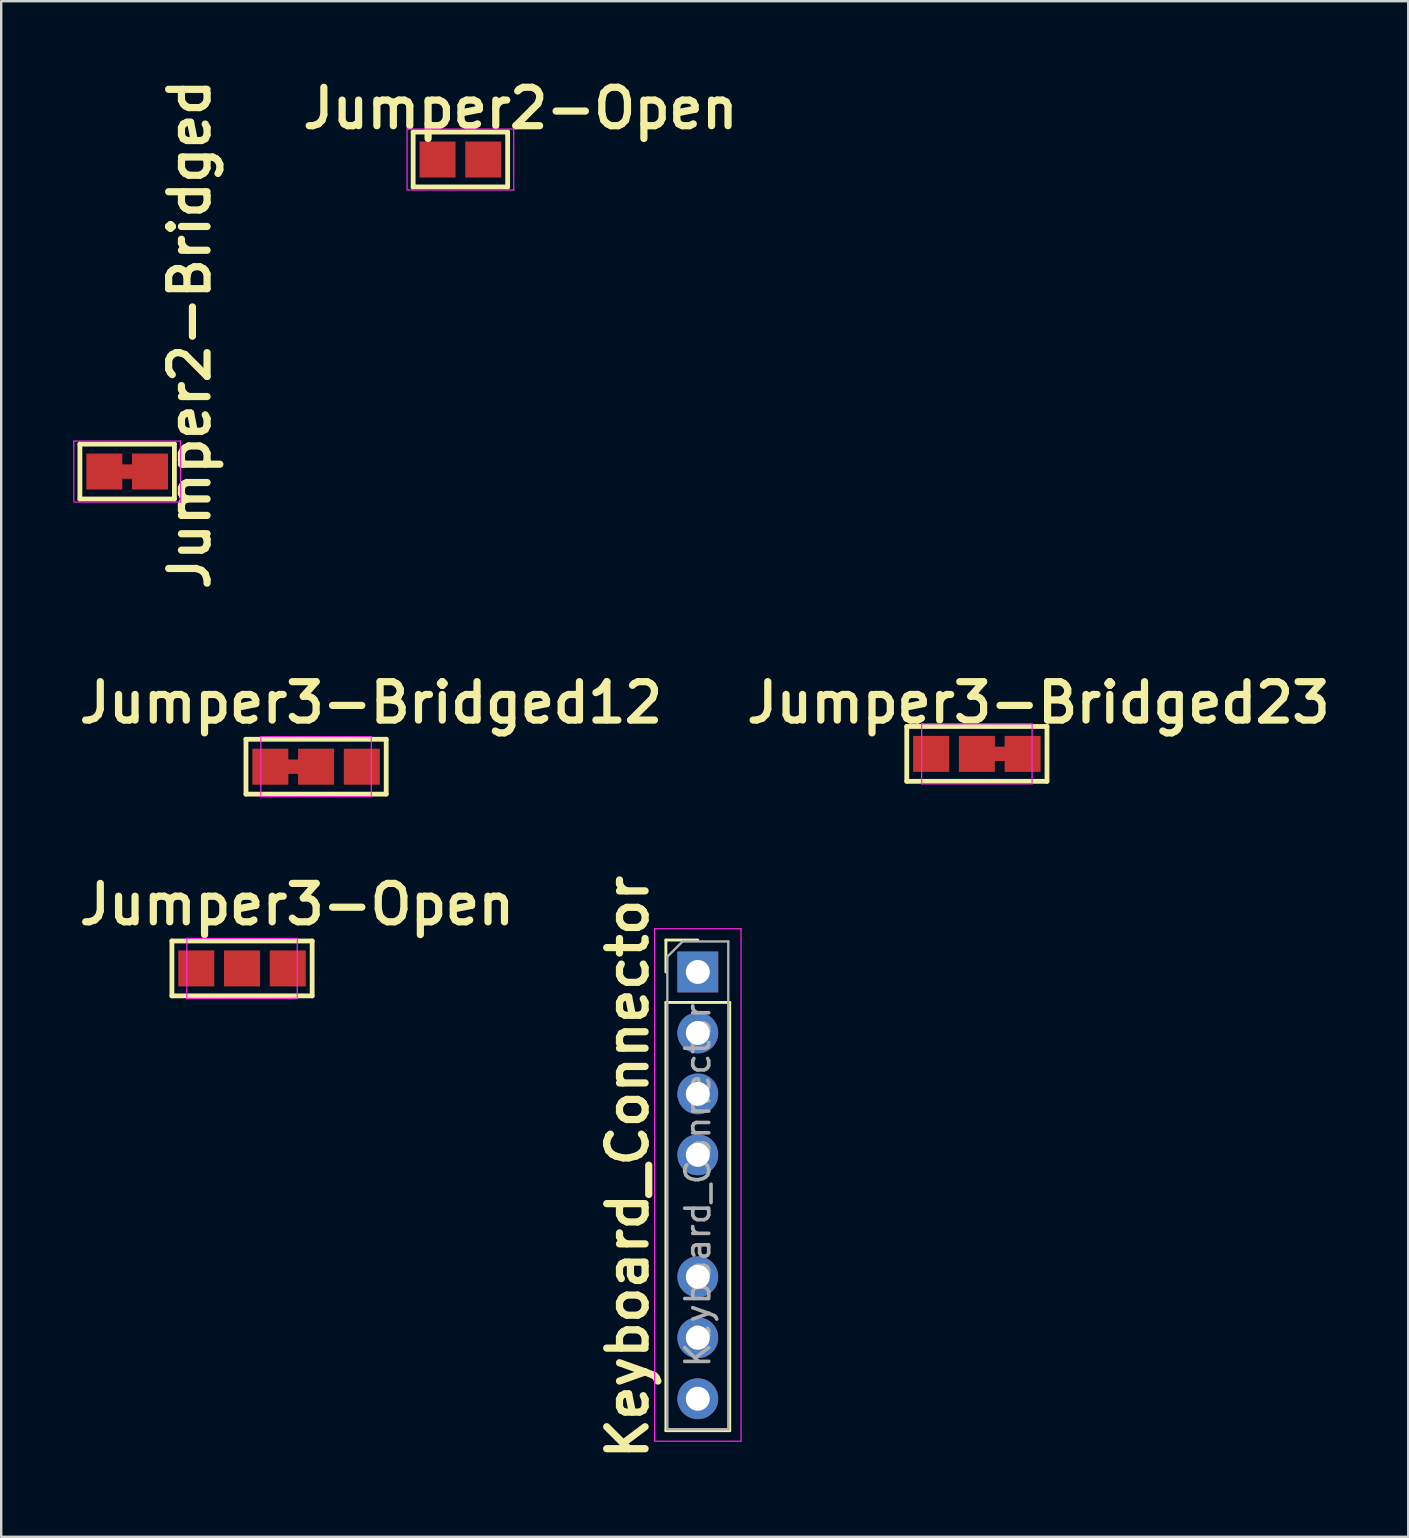
<source format=kicad_pcb>
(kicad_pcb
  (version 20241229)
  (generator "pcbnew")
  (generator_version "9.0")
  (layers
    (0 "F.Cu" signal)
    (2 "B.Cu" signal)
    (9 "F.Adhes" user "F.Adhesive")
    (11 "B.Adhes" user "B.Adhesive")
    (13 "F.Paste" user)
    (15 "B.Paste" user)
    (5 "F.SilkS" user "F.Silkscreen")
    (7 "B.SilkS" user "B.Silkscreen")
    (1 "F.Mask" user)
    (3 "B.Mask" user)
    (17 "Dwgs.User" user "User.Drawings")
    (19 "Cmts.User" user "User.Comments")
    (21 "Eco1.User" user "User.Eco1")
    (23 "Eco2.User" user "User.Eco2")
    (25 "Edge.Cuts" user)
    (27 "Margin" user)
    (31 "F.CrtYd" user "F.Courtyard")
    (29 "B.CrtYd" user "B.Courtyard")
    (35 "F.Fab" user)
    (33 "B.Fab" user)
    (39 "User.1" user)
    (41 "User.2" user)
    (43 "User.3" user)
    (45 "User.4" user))
  (footprint "Keyboard_Connector"
    (layer "F.Cu")
    (at 26.021 37.442)
    (property "Reference" "Keyboard_Connector" (at -2.921 8.128 270) (layer "F.SilkS") (effects (font (size 1.6 1.6) (thickness 0.3))))
    (attr through_hole)
    (fp_line (start -1.33 -1.33) (end 0 -1.33) (stroke (width 0.12) (type solid)) (layer "F.SilkS"))
    (fp_line (start -1.33 0) (end -1.33 -1.33) (stroke (width 0.12) (type solid)) (layer "F.SilkS"))
    (fp_line (start -1.33 1.27) (end -1.33 19.11) (stroke (width 0.12) (type solid)) (layer "F.SilkS"))
    (fp_line (start -1.33 1.27) (end 1.33 1.27) (stroke (width 0.12) (type solid)) (layer "F.SilkS"))
    (fp_line (start -1.33 19.11) (end 1.33 19.11) (stroke (width 0.12) (type solid)) (layer "F.SilkS"))
    (fp_line (start 1.33 1.27) (end 1.33 19.11) (stroke (width 0.12) (type solid)) (layer "F.SilkS"))
    (fp_line (start -1.8 -1.8) (end -1.8 19.55) (stroke (width 0.05) (type solid)) (layer "F.CrtYd"))
    (fp_line (start -1.8 19.55) (end 1.8 19.55) (stroke (width 0.05) (type solid)) (layer "F.CrtYd"))
    (fp_line (start 1.8 -1.8) (end -1.8 -1.8) (stroke (width 0.05) (type solid)) (layer "F.CrtYd"))
    (fp_line (start 1.8 19.55) (end 1.8 -1.8) (stroke (width 0.05) (type solid)) (layer "F.CrtYd"))
    (fp_line (start -1.27 -0.635) (end -0.635 -1.27) (stroke (width 0.1) (type solid)) (layer "F.Fab"))
    (fp_line (start -1.27 19.05) (end -1.27 -0.635) (stroke (width 0.1) (type solid)) (layer "F.Fab"))
    (fp_line (start -0.635 -1.27) (end 1.27 -1.27) (stroke (width 0.1) (type solid)) (layer "F.Fab"))
    (fp_line (start 1.27 -1.27) (end 1.27 19.05) (stroke (width 0.1) (type solid)) (layer "F.Fab"))
    (fp_line (start 1.27 19.05) (end -1.27 19.05) (stroke (width 0.1) (type solid)) (layer "F.Fab"))
    (fp_text user "${REFERENCE}" (at 0 8.89 270) (layer "F.Fab") (effects (font (size 1 1) (thickness 0.15))))
    (pad "1" thru_hole rect (at 0 0) (size 1.7 1.7) (drill 1) (layers "*.Cu" "*.Mask"))
    (pad "2" thru_hole oval (at 0 2.54) (size 1.7 1.7) (drill 1) (layers "*.Cu" "*.Mask"))
    (pad "3" thru_hole oval (at 0 5.08) (size 1.7 1.7) (drill 1) (layers "*.Cu" "*.Mask"))
    (pad "4" thru_hole oval (at 0 7.62) (size 1.7 1.7) (drill 1) (layers "*.Cu" "*.Mask"))
    (pad "6" thru_hole oval (at 0 12.7) (size 1.7 1.7) (drill 1) (layers "*.Cu" "*.Mask"))
    (pad "7" thru_hole oval (at 0 15.24) (size 1.7 1.7) (drill 1) (layers "*.Cu" "*.Mask"))
    (pad "8" thru_hole oval (at 0 17.78) (size 1.7 1.7) (drill 1) (layers "*.Cu" "*.Mask")))
  (footprint "Jumper3-Bridged23"
    (layer "F.Cu")
    (at 37.647 28.357)
    (property "Reference" "Jumper3-Bridged23" (at 2.565 -2.134 0) (layer "F.SilkS") (effects (font (size 1.6 1.6) (thickness 0.3))))
    (attr exclude_from_pos_files exclude_from_bom)
    (fp_line (start -2.921 -1.143) (end 2.921 -1.143) (stroke (width 0.2) (type solid)) (layer "F.SilkS"))
    (fp_line (start -2.921 1.143) (end -2.921 -1.143) (stroke (width 0.2) (type solid)) (layer "F.SilkS"))
    (fp_line (start 2.921 -1.143) (end 2.921 1.143) (stroke (width 0.2) (type solid)) (layer "F.SilkS"))
    (fp_line (start 2.921 1.143) (end -2.921 1.143) (stroke (width 0.2) (type solid)) (layer "F.SilkS"))
    (fp_line (start -2.3 -1.25) (end -2.3 1.25) (stroke (width 0.05) (type solid)) (layer "F.CrtYd"))
    (fp_line (start -2.3 -1.25) (end 2.3 -1.25) (stroke (width 0.05) (type solid)) (layer "F.CrtYd"))
    (fp_line (start 2.3 1.25) (end -2.3 1.25) (stroke (width 0.05) (type solid)) (layer "F.CrtYd"))
    (fp_line (start 2.3 1.25) (end 2.3 -1.25) (stroke (width 0.05) (type solid)) (layer "F.CrtYd"))
    (pad "1" smd rect (at -1.905 0) (size 1.5 1.5) (layers "F.Cu" "F.Mask"))
    (pad "2" smd rect (at 0 0) (size 1.5 1.5) (layers "F.Cu" "F.Mask"))
    (pad "3" smd custom (at 1.905 0) (size 1.5 1.5) (layers "F.Cu" "F.Mask") (options (anchor rect)) (primitives (gr_poly (pts (xy -1.651 -0.3) (xy -0.273 -0.3) (xy -0.273 0.3) (xy -1.651 0.3)) (width 0) (fill yes)))))
  (footprint "Jumper3-Bridged12"
    (layer "F.Cu")
    (at 10.118 28.89)
    (property "Reference" "Jumper3-Bridged12" (at 2.286 -2.667 0) (layer "F.SilkS") (effects (font (size 1.6 1.6) (thickness 0.3))))
    (attr exclude_from_pos_files exclude_from_bom)
    (fp_line (start -2.921 -1.143) (end 2.921 -1.143) (stroke (width 0.2) (type solid)) (layer "F.SilkS"))
    (fp_line (start -2.921 1.143) (end -2.921 -1.143) (stroke (width 0.2) (type solid)) (layer "F.SilkS"))
    (fp_line (start 2.921 -1.143) (end 2.921 1.143) (stroke (width 0.2) (type solid)) (layer "F.SilkS"))
    (fp_line (start 2.921 1.143) (end -2.921 1.143) (stroke (width 0.2) (type solid)) (layer "F.SilkS"))
    (fp_line (start -2.3 -1.25) (end -2.3 1.25) (stroke (width 0.05) (type solid)) (layer "F.CrtYd"))
    (fp_line (start -2.3 -1.25) (end 2.3 -1.25) (stroke (width 0.05) (type solid)) (layer "F.CrtYd"))
    (fp_line (start 2.3 1.25) (end -2.3 1.25) (stroke (width 0.05) (type solid)) (layer "F.CrtYd"))
    (fp_line (start 2.3 1.25) (end 2.3 -1.25) (stroke (width 0.05) (type solid)) (layer "F.CrtYd"))
    (pad "1" smd custom (at -1.905 0) (size 1.5 1.5) (layers "F.Cu" "F.Mask") (options (anchor rect)) (primitives (gr_poly (pts (xy 0.4 -0.3) (xy 1.397 -0.3) (xy 1.397 0.3) (xy 0.4 0.3)) (width 0) (fill yes))))
    (pad "2" smd rect (at 0 0) (size 1.5 1.5) (layers "F.Cu" "F.Mask"))
    (pad "3" smd rect (at 1.905 0) (size 1.5 1.5) (layers "F.Cu" "F.Mask")))
  (footprint "Jumper2-Bridged"
    (layer "F.Cu")
    (at 2.184 16.595)
    (property "Reference" "Jumper2-Bridged" (at 2.667 -5.715 90) (layer "F.SilkS") (effects (font (size 1.6 1.6) (thickness 0.3))))
    (attr exclude_from_pos_files exclude_from_bom)
    (fp_line (start -1.905 -1.143) (end 2.032 -1.143) (stroke (width 0.2) (type solid)) (layer "F.SilkS"))
    (fp_line (start -1.905 1.143) (end -1.905 -1.143) (stroke (width 0.2) (type solid)) (layer "F.SilkS"))
    (fp_line (start 2.032 -1.143) (end 2.032 1.143) (stroke (width 0.2) (type solid)) (layer "F.SilkS"))
    (fp_line (start 2.032 1.143) (end -1.905 1.143) (stroke (width 0.2) (type solid)) (layer "F.SilkS"))
    (fp_line (start -2.159 -1.27) (end -2.159 1.23) (stroke (width 0.05) (type solid)) (layer "F.CrtYd"))
    (fp_line (start -2.159 -1.27) (end 2.286 -1.27) (stroke (width 0.05) (type solid)) (layer "F.CrtYd"))
    (fp_line (start 2.286 1.27) (end -2.159 1.27) (stroke (width 0.05) (type solid)) (layer "F.CrtYd"))
    (fp_line (start 2.286 1.27) (end 2.286 -1.27) (stroke (width 0.05) (type solid)) (layer "F.CrtYd"))
    (pad "1" smd custom (at -0.889 0) (size 1.5 1.5) (layers "F.Cu" "F.Mask") (options (anchor rect)) (primitives (gr_poly (pts (xy 0.635 -0.3) (xy 1.27 -0.3) (xy 1.27 0.3) (xy 0.635 0.3)) (width 0) (fill yes))))
    (pad "2" smd rect (at 1.016 0) (size 1.5 1.5) (layers "F.Cu" "F.Mask")))
  (footprint "Jumper3-Open"
    (layer "F.Cu")
    (at 7.033 37.295)
    (property "Reference" "Jumper3-Open" (at 2.286 -2.667 0) (layer "F.SilkS") (effects (font (size 1.6 1.6) (thickness 0.3))))
    (attr exclude_from_pos_files exclude_from_bom)
    (fp_line (start -2.921 -1.143) (end 2.921 -1.143) (stroke (width 0.2) (type solid)) (layer "F.SilkS"))
    (fp_line (start -2.921 1.143) (end -2.921 -1.143) (stroke (width 0.2) (type solid)) (layer "F.SilkS"))
    (fp_line (start 2.921 -1.143) (end 2.921 1.143) (stroke (width 0.2) (type solid)) (layer "F.SilkS"))
    (fp_line (start 2.921 1.143) (end -2.921 1.143) (stroke (width 0.2) (type solid)) (layer "F.SilkS"))
    (fp_line (start -2.3 -1.25) (end -2.3 1.25) (stroke (width 0.05) (type solid)) (layer "F.CrtYd"))
    (fp_line (start -2.3 -1.25) (end 2.3 -1.25) (stroke (width 0.05) (type solid)) (layer "F.CrtYd"))
    (fp_line (start 2.3 1.25) (end -2.3 1.25) (stroke (width 0.05) (type solid)) (layer "F.CrtYd"))
    (fp_line (start 2.3 1.25) (end 2.3 -1.25) (stroke (width 0.05) (type solid)) (layer "F.CrtYd"))
    (pad "1" smd rect (at -1.905 0) (size 1.5 1.5) (layers "F.Cu" "F.Mask"))
    (pad "2" smd rect (at 0 0) (size 1.5 1.5) (layers "F.Cu" "F.Mask"))
    (pad "3" smd rect (at 1.905 0) (size 1.5 1.5) (layers "F.Cu" "F.Mask")))
  (footprint "Jumper2-Open"
    (layer "F.Cu")
    (at 16.067 3.596)
    (property "Reference" "Jumper2-Open" (at 2.565 -2.134 0) (layer "F.SilkS") (effects (font (size 1.6 1.6) (thickness 0.3))))
    (attr exclude_from_pos_files exclude_from_bom)
    (fp_line (start -1.905 -1.143) (end 2.032 -1.143) (stroke (width 0.2) (type solid)) (layer "F.SilkS"))
    (fp_line (start -1.905 1.143) (end -1.905 -1.143) (stroke (width 0.2) (type solid)) (layer "F.SilkS"))
    (fp_line (start 2.032 -1.143) (end 2.032 1.143) (stroke (width 0.2) (type solid)) (layer "F.SilkS"))
    (fp_line (start 2.032 1.143) (end -1.905 1.143) (stroke (width 0.2) (type solid)) (layer "F.SilkS"))
    (fp_line (start -2.159 -1.27) (end -2.159 1.23) (stroke (width 0.05) (type solid)) (layer "F.CrtYd"))
    (fp_line (start -2.159 -1.27) (end 2.286 -1.27) (stroke (width 0.05) (type solid)) (layer "F.CrtYd"))
    (fp_line (start 2.286 1.27) (end -2.159 1.27) (stroke (width 0.05) (type solid)) (layer "F.CrtYd"))
    (fp_line (start 2.286 1.27) (end 2.286 -1.27) (stroke (width 0.05) (type solid)) (layer "F.CrtYd"))
    (pad "1" smd rect (at -0.889 0) (size 1.5 1.5) (layers "F.Cu" "F.Mask"))
    (pad "2" smd rect (at 1.016 0) (size 1.5 1.5) (layers "F.Cu" "F.Mask")))
  (gr_rect
    (start -3 -3)
    (end 55.617 60.974)
    (stroke (width 0.1) (type default))
    (fill no)
    (layer "Edge.Cuts")))
</source>
